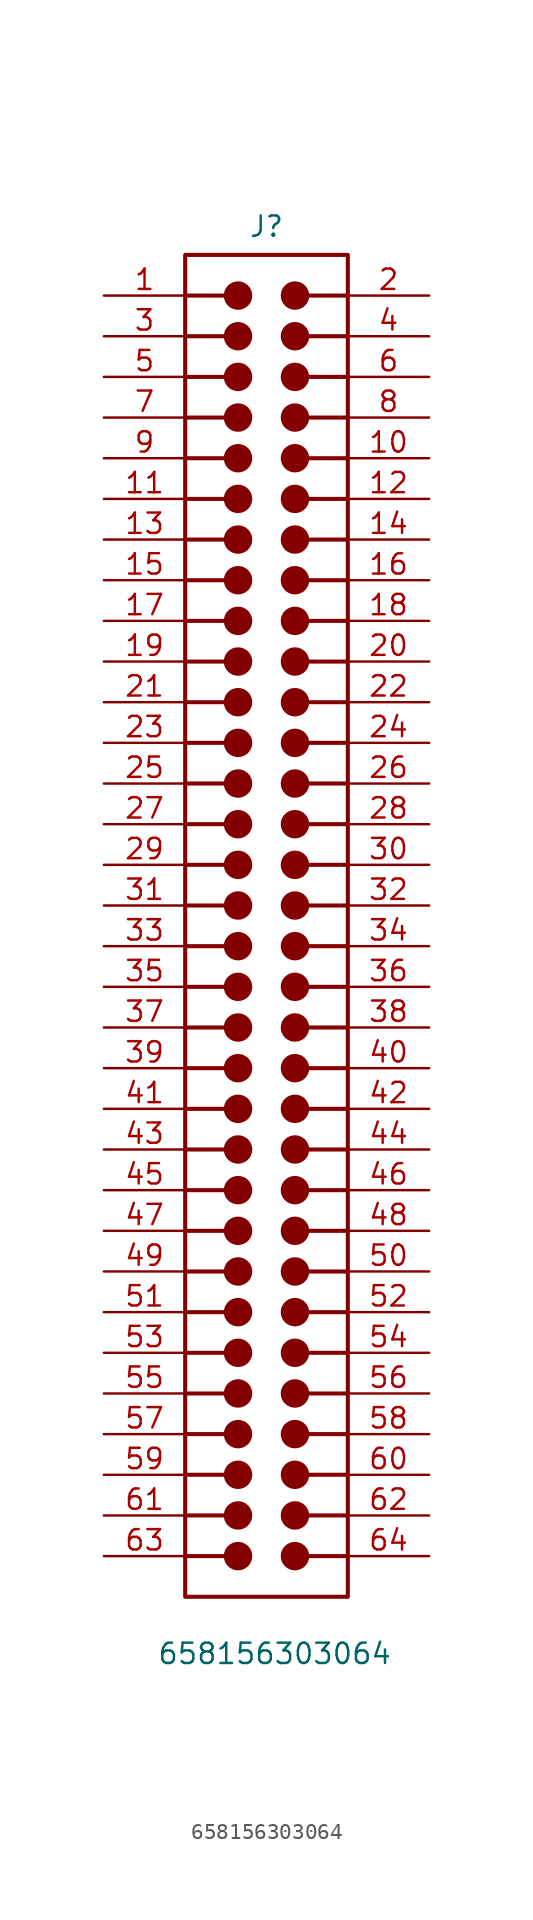
<source format=kicad_sym>
(kicad_symbol_lib
  (version 20241209)
  (generator "kicad_symbol_editor")
  (generator_version "9.0")
  (symbol "658156303064"
    (pin_names
      (hide yes))
    (property "Reference" "J"
      (at 0 42.418 0)
      (effects (font (size 1.27 1.27))))
    (property "Value" "658156303064"
      (at 0.508 -46.736 0)
      (effects (font (size 1.27 1.27))))
    (symbol "658156303064_1_1"
      (rectangle (start -5.08 40.64) (end 5.08 -43.18) (stroke (width 0.254) (type solid)) (fill (type none)))
      (polyline (pts (xy -5.08 38.1) (xy -2.54 38.1)) (stroke (width 0.254) (type solid)) (fill (type none)))
      (polyline (pts (xy -5.08 35.56) (xy -2.54 35.56)) (stroke (width 0.254) (type solid)) (fill (type none)))
      (polyline (pts (xy -5.08 33.02) (xy -2.54 33.02)) (stroke (width 0.254) (type solid)) (fill (type none)))
      (polyline (pts (xy -5.08 30.48) (xy -2.54 30.48)) (stroke (width 0.254) (type solid)) (fill (type none)))
      (polyline (pts (xy -5.08 27.94) (xy -2.54 27.94)) (stroke (width 0.254) (type solid)) (fill (type none)))
      (polyline (pts (xy -5.08 25.4) (xy -2.54 25.4)) (stroke (width 0.254) (type solid)) (fill (type none)))
      (polyline (pts (xy -5.08 22.86) (xy -2.54 22.86)) (stroke (width 0.254) (type solid)) (fill (type none)))
      (polyline (pts (xy -5.08 20.32) (xy -2.54 20.32)) (stroke (width 0.254) (type solid)) (fill (type none)))
      (polyline (pts (xy -5.08 17.78) (xy -2.54 17.78)) (stroke (width 0.254) (type solid)) (fill (type none)))
      (polyline (pts (xy -5.08 15.24) (xy -2.54 15.24)) (stroke (width 0.254) (type solid)) (fill (type none)))
      (polyline (pts (xy -5.08 12.7) (xy -2.54 12.7)) (stroke (width 0.254) (type solid)) (fill (type none)))
      (polyline (pts (xy -5.08 10.16) (xy -2.54 10.16)) (stroke (width 0.254) (type solid)) (fill (type none)))
      (polyline (pts (xy -5.08 7.62) (xy -2.54 7.62)) (stroke (width 0.254) (type solid)) (fill (type none)))
      (polyline (pts (xy -5.08 5.08) (xy -2.54 5.08)) (stroke (width 0.254) (type solid)) (fill (type none)))
      (polyline (pts (xy -5.08 2.54) (xy -2.54 2.54)) (stroke (width 0.254) (type solid)) (fill (type none)))
      (polyline (pts (xy -5.08 0) (xy -2.54 0)) (stroke (width 0.254) (type solid)) (fill (type none)))
      (polyline (pts (xy -5.08 -2.54) (xy -2.54 -2.54)) (stroke (width 0.254) (type solid)) (fill (type none)))
      (polyline (pts (xy -5.08 -5.08) (xy -2.54 -5.08)) (stroke (width 0.254) (type solid)) (fill (type none)))
      (polyline (pts (xy -5.08 -7.62) (xy -2.54 -7.62)) (stroke (width 0.254) (type solid)) (fill (type none)))
      (polyline (pts (xy -5.08 -10.16) (xy -2.54 -10.16)) (stroke (width 0.254) (type solid)) (fill (type none)))
      (polyline (pts (xy -5.08 -12.7) (xy -2.54 -12.7)) (stroke (width 0.254) (type solid)) (fill (type none)))
      (polyline (pts (xy -5.08 -15.24) (xy -2.54 -15.24)) (stroke (width 0.254) (type solid)) (fill (type none)))
      (polyline (pts (xy -5.08 -17.78) (xy -2.54 -17.78)) (stroke (width 0.254) (type solid)) (fill (type none)))
      (polyline (pts (xy -5.08 -20.32) (xy -2.54 -20.32)) (stroke (width 0.254) (type solid)) (fill (type none)))
      (polyline (pts (xy -5.08 -22.86) (xy -2.54 -22.86)) (stroke (width 0.254) (type solid)) (fill (type none)))
      (polyline (pts (xy -5.08 -25.4) (xy -2.54 -25.4)) (stroke (width 0.254) (type solid)) (fill (type none)))
      (polyline (pts (xy -5.08 -27.94) (xy -2.54 -27.94)) (stroke (width 0.254) (type solid)) (fill (type none)))
      (polyline (pts (xy -5.08 -30.48) (xy -2.54 -30.48)) (stroke (width 0.254) (type solid)) (fill (type none)))
      (polyline (pts (xy -5.08 -33.02) (xy -2.54 -33.02)) (stroke (width 0.254) (type solid)) (fill (type none)))
      (polyline (pts (xy -5.08 -35.56) (xy -2.54 -35.56)) (stroke (width 0.254) (type solid)) (fill (type none)))
      (polyline (pts (xy -5.08 -38.1) (xy -2.54 -38.1)) (stroke (width 0.254) (type solid)) (fill (type none)))
      (polyline (pts (xy -5.08 -40.64) (xy -2.54 -40.64)) (stroke (width 0.254) (type solid)) (fill (type none)))
      (circle (center -1.778 38.1) (radius 0.762) (stroke (width 0.254) (type solid)) (fill (type outline)))
      (circle (center -1.778 35.56) (radius 0.762) (stroke (width 0.254) (type solid)) (fill (type outline)))
      (circle (center -1.778 33.02) (radius 0.762) (stroke (width 0.254) (type solid)) (fill (type outline)))
      (circle (center -1.778 30.48) (radius 0.762) (stroke (width 0.254) (type solid)) (fill (type outline)))
      (circle (center -1.778 27.94) (radius 0.762) (stroke (width 0.254) (type solid)) (fill (type outline)))
      (circle (center -1.778 25.4) (radius 0.762) (stroke (width 0.254) (type solid)) (fill (type outline)))
      (circle (center -1.778 22.86) (radius 0.762) (stroke (width 0.254) (type solid)) (fill (type outline)))
      (circle (center -1.778 20.32) (radius 0.762) (stroke (width 0.254) (type solid)) (fill (type outline)))
      (circle (center -1.778 17.78) (radius 0.762) (stroke (width 0.254) (type solid)) (fill (type outline)))
      (circle (center -1.778 15.24) (radius 0.762) (stroke (width 0.254) (type solid)) (fill (type outline)))
      (circle (center -1.778 12.7) (radius 0.762) (stroke (width 0.254) (type solid)) (fill (type outline)))
      (circle (center -1.778 10.16) (radius 0.762) (stroke (width 0.254) (type solid)) (fill (type outline)))
      (circle (center -1.778 7.62) (radius 0.762) (stroke (width 0.254) (type solid)) (fill (type outline)))
      (circle (center -1.778 5.08) (radius 0.762) (stroke (width 0.254) (type solid)) (fill (type outline)))
      (circle (center -1.778 2.54) (radius 0.762) (stroke (width 0.254) (type solid)) (fill (type outline)))
      (circle (center -1.778 0) (radius 0.762) (stroke (width 0.254) (type solid)) (fill (type outline)))
      (circle (center -1.778 -2.54) (radius 0.762) (stroke (width 0.254) (type solid)) (fill (type outline)))
      (circle (center -1.778 -5.08) (radius 0.762) (stroke (width 0.254) (type solid)) (fill (type outline)))
      (circle (center -1.778 -7.62) (radius 0.762) (stroke (width 0.254) (type solid)) (fill (type outline)))
      (circle (center -1.778 -10.16) (radius 0.762) (stroke (width 0.254) (type solid)) (fill (type outline)))
      (circle (center -1.778 -12.7) (radius 0.762) (stroke (width 0.254) (type solid)) (fill (type outline)))
      (circle (center -1.778 -15.24) (radius 0.762) (stroke (width 0.254) (type solid)) (fill (type outline)))
      (circle (center -1.778 -17.78) (radius 0.762) (stroke (width 0.254) (type solid)) (fill (type outline)))
      (circle (center -1.778 -20.32) (radius 0.762) (stroke (width 0.254) (type solid)) (fill (type outline)))
      (circle (center -1.778 -22.86) (radius 0.762) (stroke (width 0.254) (type solid)) (fill (type outline)))
      (circle (center -1.778 -25.4) (radius 0.762) (stroke (width 0.254) (type solid)) (fill (type outline)))
      (circle (center -1.778 -27.94) (radius 0.762) (stroke (width 0.254) (type solid)) (fill (type outline)))
      (circle (center -1.778 -30.48) (radius 0.762) (stroke (width 0.254) (type solid)) (fill (type outline)))
      (circle (center -1.778 -33.02) (radius 0.762) (stroke (width 0.254) (type solid)) (fill (type outline)))
      (circle (center -1.778 -35.56) (radius 0.762) (stroke (width 0.254) (type solid)) (fill (type outline)))
      (circle (center -1.778 -38.1) (radius 0.762) (stroke (width 0.254) (type solid)) (fill (type outline)))
      (circle (center -1.778 -40.64) (radius 0.762) (stroke (width 0.254) (type solid)) (fill (type outline)))
      (circle (center 1.778 38.1) (radius 0.762) (stroke (width 0.254) (type solid)) (fill (type outline)))
      (circle (center 1.778 35.56) (radius 0.762) (stroke (width 0.254) (type solid)) (fill (type outline)))
      (circle (center 1.778 33.02) (radius 0.762) (stroke (width 0.254) (type solid)) (fill (type outline)))
      (circle (center 1.778 30.48) (radius 0.762) (stroke (width 0.254) (type solid)) (fill (type outline)))
      (circle (center 1.778 27.94) (radius 0.762) (stroke (width 0.254) (type solid)) (fill (type outline)))
      (circle (center 1.778 25.4) (radius 0.762) (stroke (width 0.254) (type solid)) (fill (type outline)))
      (circle (center 1.778 22.86) (radius 0.762) (stroke (width 0.254) (type solid)) (fill (type outline)))
      (circle (center 1.778 20.32) (radius 0.762) (stroke (width 0.254) (type solid)) (fill (type outline)))
      (circle (center 1.778 17.78) (radius 0.762) (stroke (width 0.254) (type solid)) (fill (type outline)))
      (circle (center 1.778 15.24) (radius 0.762) (stroke (width 0.254) (type solid)) (fill (type outline)))
      (circle (center 1.778 12.7) (radius 0.762) (stroke (width 0.254) (type solid)) (fill (type outline)))
      (circle (center 1.778 10.16) (radius 0.762) (stroke (width 0.254) (type solid)) (fill (type outline)))
      (circle (center 1.778 7.62) (radius 0.762) (stroke (width 0.254) (type solid)) (fill (type outline)))
      (circle (center 1.778 5.08) (radius 0.762) (stroke (width 0.254) (type solid)) (fill (type outline)))
      (circle (center 1.778 2.54) (radius 0.762) (stroke (width 0.254) (type solid)) (fill (type outline)))
      (circle (center 1.778 0) (radius 0.762) (stroke (width 0.254) (type solid)) (fill (type outline)))
      (circle (center 1.778 -2.54) (radius 0.762) (stroke (width 0.254) (type solid)) (fill (type outline)))
      (circle (center 1.778 -5.08) (radius 0.762) (stroke (width 0.254) (type solid)) (fill (type outline)))
      (circle (center 1.778 -7.62) (radius 0.762) (stroke (width 0.254) (type solid)) (fill (type outline)))
      (circle (center 1.778 -10.16) (radius 0.762) (stroke (width 0.254) (type solid)) (fill (type outline)))
      (circle (center 1.778 -12.7) (radius 0.762) (stroke (width 0.254) (type solid)) (fill (type outline)))
      (circle (center 1.778 -15.24) (radius 0.762) (stroke (width 0.254) (type solid)) (fill (type outline)))
      (circle (center 1.778 -17.78) (radius 0.762) (stroke (width 0.254) (type solid)) (fill (type outline)))
      (circle (center 1.778 -20.32) (radius 0.762) (stroke (width 0.254) (type solid)) (fill (type outline)))
      (circle (center 1.778 -22.86) (radius 0.762) (stroke (width 0.254) (type solid)) (fill (type outline)))
      (circle (center 1.778 -25.4) (radius 0.762) (stroke (width 0.254) (type solid)) (fill (type outline)))
      (circle (center 1.778 -27.94) (radius 0.762) (stroke (width 0.254) (type solid)) (fill (type outline)))
      (circle (center 1.778 -30.48) (radius 0.762) (stroke (width 0.254) (type solid)) (fill (type outline)))
      (circle (center 1.778 -33.02) (radius 0.762) (stroke (width 0.254) (type solid)) (fill (type outline)))
      (circle (center 1.778 -35.56) (radius 0.762) (stroke (width 0.254) (type solid)) (fill (type outline)))
      (circle (center 1.778 -38.1) (radius 0.762) (stroke (width 0.254) (type solid)) (fill (type outline)))
      (circle (center 1.778 -40.64) (radius 0.762) (stroke (width 0.254) (type solid)) (fill (type outline)))
      (polyline (pts (xy 5.08 38.1) (xy 2.54 38.1)) (stroke (width 0.254) (type solid)) (fill (type none)))
      (polyline (pts (xy 5.08 35.56) (xy 2.54 35.56)) (stroke (width 0.254) (type solid)) (fill (type none)))
      (polyline (pts (xy 5.08 33.02) (xy 2.54 33.02)) (stroke (width 0.254) (type solid)) (fill (type none)))
      (polyline (pts (xy 5.08 30.48) (xy 2.54 30.48)) (stroke (width 0.254) (type solid)) (fill (type none)))
      (polyline (pts (xy 5.08 27.94) (xy 2.54 27.94)) (stroke (width 0.254) (type solid)) (fill (type none)))
      (polyline (pts (xy 5.08 25.4) (xy 2.54 25.4)) (stroke (width 0.254) (type solid)) (fill (type none)))
      (polyline (pts (xy 5.08 22.86) (xy 2.54 22.86)) (stroke (width 0.254) (type solid)) (fill (type none)))
      (polyline (pts (xy 5.08 20.32) (xy 2.54 20.32)) (stroke (width 0.254) (type solid)) (fill (type none)))
      (polyline (pts (xy 5.08 17.78) (xy 2.54 17.78)) (stroke (width 0.254) (type solid)) (fill (type none)))
      (polyline (pts (xy 5.08 15.24) (xy 2.54 15.24)) (stroke (width 0.254) (type solid)) (fill (type none)))
      (polyline (pts (xy 5.08 12.7) (xy 2.54 12.7)) (stroke (width 0.254) (type solid)) (fill (type none)))
      (polyline (pts (xy 5.08 10.16) (xy 2.54 10.16)) (stroke (width 0.254) (type solid)) (fill (type none)))
      (polyline (pts (xy 5.08 7.62) (xy 2.54 7.62)) (stroke (width 0.254) (type solid)) (fill (type none)))
      (polyline (pts (xy 5.08 5.08) (xy 2.54 5.08)) (stroke (width 0.254) (type solid)) (fill (type none)))
      (polyline (pts (xy 5.08 2.54) (xy 2.54 2.54)) (stroke (width 0.254) (type solid)) (fill (type none)))
      (polyline (pts (xy 5.08 0) (xy 2.54 0)) (stroke (width 0.254) (type solid)) (fill (type none)))
      (polyline (pts (xy 5.08 -2.54) (xy 2.54 -2.54)) (stroke (width 0.254) (type solid)) (fill (type none)))
      (polyline (pts (xy 5.08 -5.08) (xy 2.54 -5.08)) (stroke (width 0.254) (type solid)) (fill (type none)))
      (polyline (pts (xy 5.08 -7.62) (xy 2.54 -7.62)) (stroke (width 0.254) (type solid)) (fill (type none)))
      (polyline (pts (xy 5.08 -10.16) (xy 2.54 -10.16)) (stroke (width 0.254) (type solid)) (fill (type none)))
      (polyline (pts (xy 5.08 -12.7) (xy 2.54 -12.7)) (stroke (width 0.254) (type solid)) (fill (type none)))
      (polyline (pts (xy 5.08 -15.24) (xy 2.54 -15.24)) (stroke (width 0.254) (type solid)) (fill (type none)))
      (polyline (pts (xy 5.08 -17.78) (xy 2.54 -17.78)) (stroke (width 0.254) (type solid)) (fill (type none)))
      (polyline (pts (xy 5.08 -20.32) (xy 2.54 -20.32)) (stroke (width 0.254) (type solid)) (fill (type none)))
      (polyline (pts (xy 5.08 -22.86) (xy 2.54 -22.86)) (stroke (width 0.254) (type solid)) (fill (type none)))
      (polyline (pts (xy 5.08 -25.4) (xy 2.54 -25.4)) (stroke (width 0.254) (type solid)) (fill (type none)))
      (polyline (pts (xy 5.08 -27.94) (xy 2.54 -27.94)) (stroke (width 0.254) (type solid)) (fill (type none)))
      (polyline (pts (xy 5.08 -30.48) (xy 2.54 -30.48)) (stroke (width 0.254) (type solid)) (fill (type none)))
      (polyline (pts (xy 5.08 -33.02) (xy 2.54 -33.02)) (stroke (width 0.254) (type solid)) (fill (type none)))
      (polyline (pts (xy 5.08 -35.56) (xy 2.54 -35.56)) (stroke (width 0.254) (type solid)) (fill (type none)))
      (polyline (pts (xy 5.08 -38.1) (xy 2.54 -38.1)) (stroke (width 0.254) (type solid)) (fill (type none)))
      (polyline (pts (xy 5.08 -40.64) (xy 2.54 -40.64)) (stroke (width 0.254) (type solid)) (fill (type none)))
      (pin passive line (at -10.16 38.1 0) (length 5.08) (name "1" (effects (font (size 1.27 1.27)))) (number "1" (effects (font (size 1.27 1.27)))))
      (pin passive line (at -10.16 35.56 0) (length 5.08) (name "3" (effects (font (size 1.27 1.27)))) (number "3" (effects (font (size 1.27 1.27)))))
      (pin passive line (at -10.16 33.02 0) (length 5.08) (name "5" (effects (font (size 1.27 1.27)))) (number "5" (effects (font (size 1.27 1.27)))))
      (pin passive line (at -10.16 30.48 0) (length 5.08) (name "7" (effects (font (size 1.27 1.27)))) (number "7" (effects (font (size 1.27 1.27)))))
      (pin passive line (at -10.16 27.94 0) (length 5.08) (name "9" (effects (font (size 1.27 1.27)))) (number "9" (effects (font (size 1.27 1.27)))))
      (pin passive line (at -10.16 25.4 0) (length 5.08) (name "11" (effects (font (size 1.27 1.27)))) (number "11" (effects (font (size 1.27 1.27)))))
      (pin passive line (at -10.16 22.86 0) (length 5.08) (name "13" (effects (font (size 1.27 1.27)))) (number "13" (effects (font (size 1.27 1.27)))))
      (pin passive line (at -10.16 20.32 0) (length 5.08) (name "15" (effects (font (size 1.27 1.27)))) (number "15" (effects (font (size 1.27 1.27)))))
      (pin passive line (at -10.16 17.78 0) (length 5.08) (name "17" (effects (font (size 1.27 1.27)))) (number "17" (effects (font (size 1.27 1.27)))))
      (pin passive line (at -10.16 15.24 0) (length 5.08) (name "19" (effects (font (size 1.27 1.27)))) (number "19" (effects (font (size 1.27 1.27)))))
      (pin passive line (at -10.16 12.7 0) (length 5.08) (name "21" (effects (font (size 1.27 1.27)))) (number "21" (effects (font (size 1.27 1.27)))))
      (pin passive line (at -10.16 10.16 0) (length 5.08) (name "23" (effects (font (size 1.27 1.27)))) (number "23" (effects (font (size 1.27 1.27)))))
      (pin passive line (at -10.16 7.62 0) (length 5.08) (name "25" (effects (font (size 1.27 1.27)))) (number "25" (effects (font (size 1.27 1.27)))))
      (pin passive line (at -10.16 5.08 0) (length 5.08) (name "27" (effects (font (size 1.27 1.27)))) (number "27" (effects (font (size 1.27 1.27)))))
      (pin passive line (at -10.16 2.54 0) (length 5.08) (name "29" (effects (font (size 1.27 1.27)))) (number "29" (effects (font (size 1.27 1.27)))))
      (pin passive line (at -10.16 0 0) (length 5.08) (name "31" (effects (font (size 1.27 1.27)))) (number "31" (effects (font (size 1.27 1.27)))))
      (pin passive line (at -10.16 -2.54 0) (length 5.08) (name "33" (effects (font (size 1.27 1.27)))) (number "33" (effects (font (size 1.27 1.27)))))
      (pin passive line (at -10.16 -5.08 0) (length 5.08) (name "35" (effects (font (size 1.27 1.27)))) (number "35" (effects (font (size 1.27 1.27)))))
      (pin passive line (at -10.16 -7.62 0) (length 5.08) (name "37" (effects (font (size 1.27 1.27)))) (number "37" (effects (font (size 1.27 1.27)))))
      (pin passive line (at -10.16 -10.16 0) (length 5.08) (name "39" (effects (font (size 1.27 1.27)))) (number "39" (effects (font (size 1.27 1.27)))))
      (pin passive line (at -10.16 -12.7 0) (length 5.08) (name "41" (effects (font (size 1.27 1.27)))) (number "41" (effects (font (size 1.27 1.27)))))
      (pin passive line (at -10.16 -15.24 0) (length 5.08) (name "43" (effects (font (size 1.27 1.27)))) (number "43" (effects (font (size 1.27 1.27)))))
      (pin passive line (at -10.16 -17.78 0) (length 5.08) (name "45" (effects (font (size 1.27 1.27)))) (number "45" (effects (font (size 1.27 1.27)))))
      (pin passive line (at -10.16 -20.32 0) (length 5.08) (name "47" (effects (font (size 1.27 1.27)))) (number "47" (effects (font (size 1.27 1.27)))))
      (pin passive line (at -10.16 -22.86 0) (length 5.08) (name "49" (effects (font (size 1.27 1.27)))) (number "49" (effects (font (size 1.27 1.27)))))
      (pin passive line (at -10.16 -25.4 0) (length 5.08) (name "51" (effects (font (size 1.27 1.27)))) (number "51" (effects (font (size 1.27 1.27)))))
      (pin passive line (at -10.16 -27.94 0) (length 5.08) (name "53" (effects (font (size 1.27 1.27)))) (number "53" (effects (font (size 1.27 1.27)))))
      (pin passive line (at -10.16 -30.48 0) (length 5.08) (name "55" (effects (font (size 1.27 1.27)))) (number "55" (effects (font (size 1.27 1.27)))))
      (pin passive line (at -10.16 -33.02 0) (length 5.08) (name "57" (effects (font (size 1.27 1.27)))) (number "57" (effects (font (size 1.27 1.27)))))
      (pin passive line (at -10.16 -35.56 0) (length 5.08) (name "59" (effects (font (size 1.27 1.27)))) (number "59" (effects (font (size 1.27 1.27)))))
      (pin passive line (at -10.16 -38.1 0) (length 5.08) (name "61" (effects (font (size 1.27 1.27)))) (number "61" (effects (font (size 1.27 1.27)))))
      (pin passive line (at -10.16 -40.64 0) (length 5.08) (name "63" (effects (font (size 1.27 1.27)))) (number "63" (effects (font (size 1.27 1.27)))))
      (pin passive line (at 10.16 38.1 180) (length 5.08) (name "2" (effects (font (size 1.27 1.27)))) (number "2" (effects (font (size 1.27 1.27)))))
      (pin passive line (at 10.16 35.56 180) (length 5.08) (name "4" (effects (font (size 1.27 1.27)))) (number "4" (effects (font (size 1.27 1.27)))))
      (pin passive line (at 10.16 33.02 180) (length 5.08) (name "6" (effects (font (size 1.27 1.27)))) (number "6" (effects (font (size 1.27 1.27)))))
      (pin passive line (at 10.16 30.48 180) (length 5.08) (name "8" (effects (font (size 1.27 1.27)))) (number "8" (effects (font (size 1.27 1.27)))))
      (pin passive line (at 10.16 27.94 180) (length 5.08) (name "10" (effects (font (size 1.27 1.27)))) (number "10" (effects (font (size 1.27 1.27)))))
      (pin passive line (at 10.16 25.4 180) (length 5.08) (name "12" (effects (font (size 1.27 1.27)))) (number "12" (effects (font (size 1.27 1.27)))))
      (pin passive line (at 10.16 22.86 180) (length 5.08) (name "14" (effects (font (size 1.27 1.27)))) (number "14" (effects (font (size 1.27 1.27)))))
      (pin passive line (at 10.16 20.32 180) (length 5.08) (name "16" (effects (font (size 1.27 1.27)))) (number "16" (effects (font (size 1.27 1.27)))))
      (pin passive line (at 10.16 17.78 180) (length 5.08) (name "18" (effects (font (size 1.27 1.27)))) (number "18" (effects (font (size 1.27 1.27)))))
      (pin passive line (at 10.16 15.24 180) (length 5.08) (name "20" (effects (font (size 1.27 1.27)))) (number "20" (effects (font (size 1.27 1.27)))))
      (pin passive line (at 10.16 12.7 180) (length 5.08) (name "22" (effects (font (size 1.27 1.27)))) (number "22" (effects (font (size 1.27 1.27)))))
      (pin passive line (at 10.16 10.16 180) (length 5.08) (name "24" (effects (font (size 1.27 1.27)))) (number "24" (effects (font (size 1.27 1.27)))))
      (pin passive line (at 10.16 7.62 180) (length 5.08) (name "1" (effects (font (size 1.27 1.27)))) (number "26" (effects (font (size 1.27 1.27)))))
      (pin passive line (at 10.16 5.08 180) (length 5.08) (name "28" (effects (font (size 1.27 1.27)))) (number "28" (effects (font (size 1.27 1.27)))))
      (pin passive line (at 10.16 2.54 180) (length 5.08) (name "30" (effects (font (size 1.27 1.27)))) (number "30" (effects (font (size 1.27 1.27)))))
      (pin passive line (at 10.16 0 180) (length 5.08) (name "32" (effects (font (size 1.27 1.27)))) (number "32" (effects (font (size 1.27 1.27)))))
      (pin passive line (at 10.16 -2.54 180) (length 5.08) (name "34" (effects (font (size 1.27 1.27)))) (number "34" (effects (font (size 1.27 1.27)))))
      (pin passive line (at 10.16 -5.08 180) (length 5.08) (name "36" (effects (font (size 1.27 1.27)))) (number "36" (effects (font (size 1.27 1.27)))))
      (pin passive line (at 10.16 -7.62 180) (length 5.08) (name "38" (effects (font (size 1.27 1.27)))) (number "38" (effects (font (size 1.27 1.27)))))
      (pin passive line (at 10.16 -10.16 180) (length 5.08) (name "40" (effects (font (size 1.27 1.27)))) (number "40" (effects (font (size 1.27 1.27)))))
      (pin passive line (at 10.16 -12.7 180) (length 5.08) (name "42" (effects (font (size 1.27 1.27)))) (number "42" (effects (font (size 1.27 1.27)))))
      (pin passive line (at 10.16 -15.24 180) (length 5.08) (name "44" (effects (font (size 1.27 1.27)))) (number "44" (effects (font (size 1.27 1.27)))))
      (pin passive line (at 10.16 -17.78 180) (length 5.08) (name "46" (effects (font (size 1.27 1.27)))) (number "46" (effects (font (size 1.27 1.27)))))
      (pin passive line (at 10.16 -20.32 180) (length 5.08) (name "48" (effects (font (size 1.27 1.27)))) (number "48" (effects (font (size 1.27 1.27)))))
      (pin passive line (at 10.16 -22.86 180) (length 5.08) (name "50" (effects (font (size 1.27 1.27)))) (number "50" (effects (font (size 1.27 1.27)))))
      (pin passive line (at 10.16 -25.4 180) (length 5.08) (name "52" (effects (font (size 1.27 1.27)))) (number "52" (effects (font (size 1.27 1.27)))))
      (pin passive line (at 10.16 -27.94 180) (length 5.08) (name "54" (effects (font (size 1.27 1.27)))) (number "54" (effects (font (size 1.27 1.27)))))
      (pin passive line (at 10.16 -30.48 180) (length 5.08) (name "56" (effects (font (size 1.27 1.27)))) (number "56" (effects (font (size 1.27 1.27)))))
      (pin passive line (at 10.16 -33.02 180) (length 5.08) (name "58" (effects (font (size 1.27 1.27)))) (number "58" (effects (font (size 1.27 1.27)))))
      (pin passive line (at 10.16 -35.56 180) (length 5.08) (name "60" (effects (font (size 1.27 1.27)))) (number "60" (effects (font (size 1.27 1.27)))))
      (pin passive line (at 10.16 -38.1 180) (length 5.08) (name "62" (effects (font (size 1.27 1.27)))) (number "62" (effects (font (size 1.27 1.27)))))
      (pin passive line (at 10.16 -40.64 180) (length 5.08) (name "64" (effects (font (size 1.27 1.27)))) (number "64" (effects (font (size 1.27 1.27))))))))
</source>
